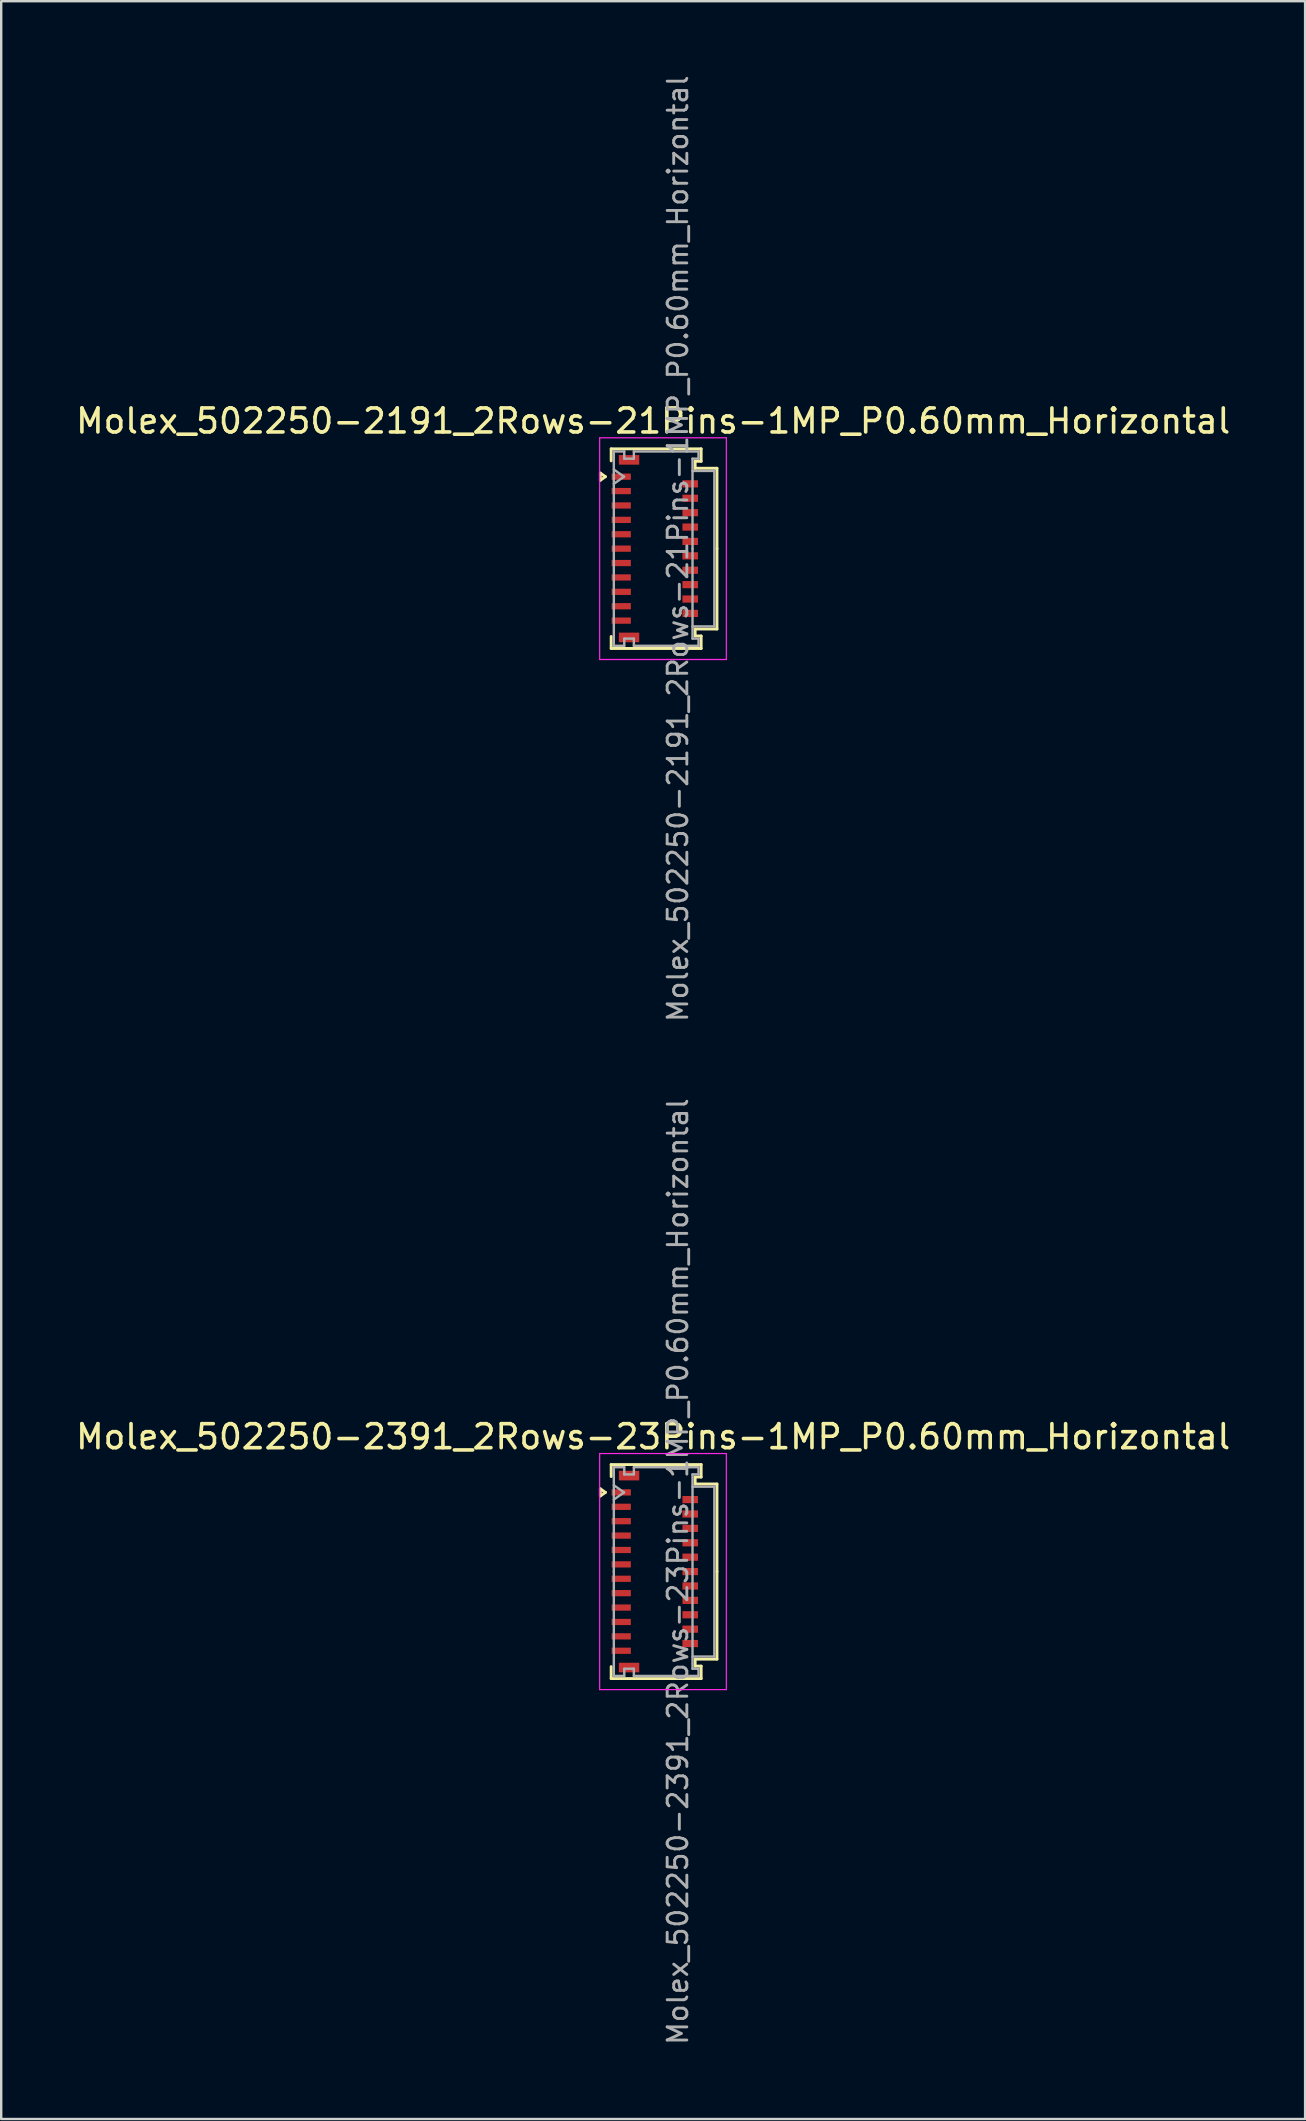
<source format=kicad_pcb>
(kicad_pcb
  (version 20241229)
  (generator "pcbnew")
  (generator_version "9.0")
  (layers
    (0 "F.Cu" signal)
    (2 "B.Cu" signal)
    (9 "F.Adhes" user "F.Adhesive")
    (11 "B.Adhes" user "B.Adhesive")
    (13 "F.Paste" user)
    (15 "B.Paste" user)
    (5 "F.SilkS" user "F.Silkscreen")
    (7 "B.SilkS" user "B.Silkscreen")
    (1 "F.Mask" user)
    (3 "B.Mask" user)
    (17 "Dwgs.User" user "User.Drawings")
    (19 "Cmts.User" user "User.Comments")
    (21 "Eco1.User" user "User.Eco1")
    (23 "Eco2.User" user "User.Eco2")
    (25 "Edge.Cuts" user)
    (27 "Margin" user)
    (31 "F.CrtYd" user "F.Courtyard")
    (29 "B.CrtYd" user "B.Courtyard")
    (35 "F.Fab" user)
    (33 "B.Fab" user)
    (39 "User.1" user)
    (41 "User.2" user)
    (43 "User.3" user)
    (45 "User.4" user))
  (footprint "Molex_502250-2391_2Rows-23Pins-1MP_P0.60mm_Horizontal"
    (layer "F.Cu")
    (at 24.243 62.451)
    (property "Reference" "Molex_502250-2391_2Rows-23Pins-1MP_P0.60mm_Horizontal" (at -0.07 -5.62 0) (layer "F.SilkS") (effects (font (size 1 1) (thickness 0.15))))
    (attr smd)
    (fp_line (start -2.272 -3.45) (end -2.06 -3.3) (stroke (width 0.12) (type solid)) (layer "F.SilkS"))
    (fp_line (start -2.272 -3.15) (end -2.272 -3.45) (stroke (width 0.12) (type solid)) (layer "F.SilkS"))
    (fp_line (start -2.06 -3.3) (end -2.272 -3.15) (stroke (width 0.12) (type solid)) (layer "F.SilkS"))
    (fp_line (start -1.82 -4.46) (end 1.93 -4.46) (stroke (width 0.12) (type solid)) (layer "F.SilkS"))
    (fp_line (start -1.82 -3.96) (end -1.82 -4.46) (stroke (width 0.12) (type solid)) (layer "F.SilkS"))
    (fp_line (start -1.82 3.96) (end -1.82 4.46) (stroke (width 0.12) (type solid)) (layer "F.SilkS"))
    (fp_line (start -1.82 4.46) (end 1.93 4.46) (stroke (width 0.12) (type solid)) (layer "F.SilkS"))
    (fp_line (start 1.68 -3.94) (end 1.68 -3.65) (stroke (width 0.12) (type solid)) (layer "F.SilkS"))
    (fp_line (start 1.68 -3.65) (end 2.59 -3.65) (stroke (width 0.12) (type solid)) (layer "F.SilkS"))
    (fp_line (start 1.68 3.65) (end 2.59 3.65) (stroke (width 0.12) (type solid)) (layer "F.SilkS"))
    (fp_line (start 1.68 3.94) (end 1.68 3.65) (stroke (width 0.12) (type solid)) (layer "F.SilkS"))
    (fp_line (start 1.93 -4.46) (end 1.93 -3.94) (stroke (width 0.12) (type solid)) (layer "F.SilkS"))
    (fp_line (start 1.93 -3.94) (end 1.68 -3.94) (stroke (width 0.12) (type solid)) (layer "F.SilkS"))
    (fp_line (start 1.93 3.94) (end 1.68 3.94) (stroke (width 0.12) (type solid)) (layer "F.SilkS"))
    (fp_line (start 1.93 4.46) (end 1.93 3.94) (stroke (width 0.12) (type solid)) (layer "F.SilkS"))
    (fp_line (start 2.59 -3.65) (end 2.59 0) (stroke (width 0.12) (type solid)) (layer "F.SilkS"))
    (fp_line (start 2.59 3.65) (end 2.59 0) (stroke (width 0.12) (type solid)) (layer "F.SilkS"))
    (fp_line (start -2.3 -4.92) (end -2.3 4.92) (stroke (width 0.05) (type solid)) (layer "F.CrtYd"))
    (fp_line (start -2.3 4.92) (end 2.98 4.92) (stroke (width 0.05) (type solid)) (layer "F.CrtYd"))
    (fp_line (start 2.98 -4.92) (end -2.3 -4.92) (stroke (width 0.05) (type solid)) (layer "F.CrtYd"))
    (fp_line (start 2.98 4.92) (end 2.98 -4.92) (stroke (width 0.05) (type solid)) (layer "F.CrtYd"))
    (fp_line (start -1.71 -4.35) (end -1.275 -4.35) (stroke (width 0.1) (type solid)) (layer "F.Fab"))
    (fp_line (start -1.71 -3.6) (end -1.286 -3.3) (stroke (width 0.1) (type solid)) (layer "F.Fab"))
    (fp_line (start -1.71 0) (end -1.71 -4.35) (stroke (width 0.1) (type solid)) (layer "F.Fab"))
    (fp_line (start -1.71 0) (end -1.71 4.35) (stroke (width 0.1) (type solid)) (layer "F.Fab"))
    (fp_line (start -1.71 4.35) (end -1.275 4.35) (stroke (width 0.1) (type solid)) (layer "F.Fab"))
    (fp_line (start -1.286 -3.3) (end -1.71 -3) (stroke (width 0.1) (type solid)) (layer "F.Fab"))
    (fp_line (start -1.275 -4.35) (end -1.275 -4.05) (stroke (width 0.1) (type solid)) (layer "F.Fab"))
    (fp_line (start -1.275 -4.05) (end -0.875 -4.05) (stroke (width 0.1) (type solid)) (layer "F.Fab"))
    (fp_line (start -1.275 4.05) (end -0.875 4.05) (stroke (width 0.1) (type solid)) (layer "F.Fab"))
    (fp_line (start -1.275 4.35) (end -1.275 4.05) (stroke (width 0.1) (type solid)) (layer "F.Fab"))
    (fp_line (start -0.875 -4.35) (end 1.82 -4.35) (stroke (width 0.1) (type solid)) (layer "F.Fab"))
    (fp_line (start -0.875 -4.05) (end -0.875 -4.35) (stroke (width 0.1) (type solid)) (layer "F.Fab"))
    (fp_line (start -0.875 4.05) (end -0.875 4.35) (stroke (width 0.1) (type solid)) (layer "F.Fab"))
    (fp_line (start -0.875 4.35) (end 1.82 4.35) (stroke (width 0.1) (type solid)) (layer "F.Fab"))
    (fp_line (start 1.57 -4.05) (end 1.57 0) (stroke (width 0.1) (type solid)) (layer "F.Fab"))
    (fp_line (start 1.57 -3.54) (end 2.48 -3.54) (stroke (width 0.1) (type solid)) (layer "F.Fab"))
    (fp_line (start 1.57 4.05) (end 1.57 0) (stroke (width 0.1) (type solid)) (layer "F.Fab"))
    (fp_line (start 1.82 -4.35) (end 1.82 -4.05) (stroke (width 0.1) (type solid)) (layer "F.Fab"))
    (fp_line (start 1.82 -4.05) (end 1.57 -4.05) (stroke (width 0.1) (type solid)) (layer "F.Fab"))
    (fp_line (start 1.82 4.05) (end 1.57 4.05) (stroke (width 0.1) (type solid)) (layer "F.Fab"))
    (fp_line (start 1.82 4.35) (end 1.82 4.05) (stroke (width 0.1) (type solid)) (layer "F.Fab"))
    (fp_line (start 2.48 -3.54) (end 2.48 3.54) (stroke (width 0.1) (type solid)) (layer "F.Fab"))
    (fp_line (start 2.48 3.54) (end 1.57 3.54) (stroke (width 0.1) (type solid)) (layer "F.Fab"))
    (fp_text user "${REFERENCE}" (at 0.96 0 90) (layer "F.Fab") (effects (font (size 0.82 0.82) (thickness 0.12))))
    (pad "1" smd rect (at -1.4 -3.3) (size 0.8 0.26) (layers "F.Cu" "F.Mask" "F.Paste"))
    (pad "2" smd rect (at 1.475 -3) (size 0.65 0.3) (layers "F.Cu" "F.Mask" "F.Paste"))
    (pad "3" smd rect (at -1.4 -2.7) (size 0.8 0.26) (layers "F.Cu" "F.Mask" "F.Paste"))
    (pad "4" smd rect (at 1.475 -2.4) (size 0.65 0.3) (layers "F.Cu" "F.Mask" "F.Paste"))
    (pad "5" smd rect (at -1.4 -2.1) (size 0.8 0.26) (layers "F.Cu" "F.Mask" "F.Paste"))
    (pad "6" smd rect (at 1.475 -1.8) (size 0.65 0.3) (layers "F.Cu" "F.Mask" "F.Paste"))
    (pad "7" smd rect (at -1.4 -1.5) (size 0.8 0.26) (layers "F.Cu" "F.Mask" "F.Paste"))
    (pad "8" smd rect (at 1.475 -1.2) (size 0.65 0.3) (layers "F.Cu" "F.Mask" "F.Paste"))
    (pad "9" smd rect (at -1.4 -0.9) (size 0.8 0.26) (layers "F.Cu" "F.Mask" "F.Paste"))
    (pad "10" smd rect (at 1.475 -0.6) (size 0.65 0.3) (layers "F.Cu" "F.Mask" "F.Paste"))
    (pad "11" smd rect (at -1.4 -0.3) (size 0.8 0.26) (layers "F.Cu" "F.Mask" "F.Paste"))
    (pad "12" smd rect (at 1.475 0) (size 0.65 0.3) (layers "F.Cu" "F.Mask" "F.Paste"))
    (pad "13" smd rect (at -1.4 0.3) (size 0.8 0.26) (layers "F.Cu" "F.Mask" "F.Paste"))
    (pad "14" smd rect (at 1.475 0.6) (size 0.65 0.3) (layers "F.Cu" "F.Mask" "F.Paste"))
    (pad "15" smd rect (at -1.4 0.9) (size 0.8 0.26) (layers "F.Cu" "F.Mask" "F.Paste"))
    (pad "16" smd rect (at 1.475 1.2) (size 0.65 0.3) (layers "F.Cu" "F.Mask" "F.Paste"))
    (pad "17" smd rect (at -1.4 1.5) (size 0.8 0.26) (layers "F.Cu" "F.Mask" "F.Paste"))
    (pad "18" smd rect (at 1.475 1.8) (size 0.65 0.3) (layers "F.Cu" "F.Mask" "F.Paste"))
    (pad "19" smd rect (at -1.4 2.1) (size 0.8 0.26) (layers "F.Cu" "F.Mask" "F.Paste"))
    (pad "20" smd rect (at 1.475 2.4) (size 0.65 0.3) (layers "F.Cu" "F.Mask" "F.Paste"))
    (pad "21" smd rect (at -1.4 2.7) (size 0.8 0.26) (layers "F.Cu" "F.Mask" "F.Paste"))
    (pad "22" smd rect (at 1.475 3) (size 0.65 0.3) (layers "F.Cu" "F.Mask" "F.Paste"))
    (pad "23" smd rect (at -1.4 3.3) (size 0.8 0.26) (layers "F.Cu" "F.Mask" "F.Paste"))
    (pad "MP" smd rect (at -1.075 -4) (size 0.85 0.4) (layers "F.Cu" "F.Mask" "F.Paste"))
    (pad "MP" smd rect (at -1.075 4) (size 0.85 0.4) (layers "F.Cu" "F.Mask" "F.Paste")))
  (footprint "Molex_502250-2191_2Rows-21Pins-1MP_P0.60mm_Horizontal"
    (layer "F.Cu")
    (at 24.243 19.817)
    (property "Reference" "Molex_502250-2191_2Rows-21Pins-1MP_P0.60mm_Horizontal" (at -0.07 -5.32 0) (layer "F.SilkS") (effects (font (size 1 1) (thickness 0.15))))
    (attr smd)
    (fp_line (start -2.272 -3.15) (end -2.06 -3) (stroke (width 0.12) (type solid)) (layer "F.SilkS"))
    (fp_line (start -2.272 -2.85) (end -2.272 -3.15) (stroke (width 0.12) (type solid)) (layer "F.SilkS"))
    (fp_line (start -2.06 -3) (end -2.272 -2.85) (stroke (width 0.12) (type solid)) (layer "F.SilkS"))
    (fp_line (start -1.82 -4.16) (end 1.93 -4.16) (stroke (width 0.12) (type solid)) (layer "F.SilkS"))
    (fp_line (start -1.82 -3.66) (end -1.82 -4.16) (stroke (width 0.12) (type solid)) (layer "F.SilkS"))
    (fp_line (start -1.82 3.66) (end -1.82 4.16) (stroke (width 0.12) (type solid)) (layer "F.SilkS"))
    (fp_line (start -1.82 4.16) (end 1.93 4.16) (stroke (width 0.12) (type solid)) (layer "F.SilkS"))
    (fp_line (start 1.68 -3.64) (end 1.68 -3.35) (stroke (width 0.12) (type solid)) (layer "F.SilkS"))
    (fp_line (start 1.68 -3.35) (end 2.59 -3.35) (stroke (width 0.12) (type solid)) (layer "F.SilkS"))
    (fp_line (start 1.68 3.35) (end 2.59 3.35) (stroke (width 0.12) (type solid)) (layer "F.SilkS"))
    (fp_line (start 1.68 3.64) (end 1.68 3.35) (stroke (width 0.12) (type solid)) (layer "F.SilkS"))
    (fp_line (start 1.93 -4.16) (end 1.93 -3.64) (stroke (width 0.12) (type solid)) (layer "F.SilkS"))
    (fp_line (start 1.93 -3.64) (end 1.68 -3.64) (stroke (width 0.12) (type solid)) (layer "F.SilkS"))
    (fp_line (start 1.93 3.64) (end 1.68 3.64) (stroke (width 0.12) (type solid)) (layer "F.SilkS"))
    (fp_line (start 1.93 4.16) (end 1.93 3.64) (stroke (width 0.12) (type solid)) (layer "F.SilkS"))
    (fp_line (start 2.59 -3.35) (end 2.59 0) (stroke (width 0.12) (type solid)) (layer "F.SilkS"))
    (fp_line (start 2.59 3.35) (end 2.59 0) (stroke (width 0.12) (type solid)) (layer "F.SilkS"))
    (fp_line (start -2.3 -4.62) (end -2.3 4.62) (stroke (width 0.05) (type solid)) (layer "F.CrtYd"))
    (fp_line (start -2.3 4.62) (end 2.98 4.62) (stroke (width 0.05) (type solid)) (layer "F.CrtYd"))
    (fp_line (start 2.98 -4.62) (end -2.3 -4.62) (stroke (width 0.05) (type solid)) (layer "F.CrtYd"))
    (fp_line (start 2.98 4.62) (end 2.98 -4.62) (stroke (width 0.05) (type solid)) (layer "F.CrtYd"))
    (fp_line (start -1.71 -4.05) (end -1.275 -4.05) (stroke (width 0.1) (type solid)) (layer "F.Fab"))
    (fp_line (start -1.71 -3.3) (end -1.286 -3) (stroke (width 0.1) (type solid)) (layer "F.Fab"))
    (fp_line (start -1.71 0) (end -1.71 -4.05) (stroke (width 0.1) (type solid)) (layer "F.Fab"))
    (fp_line (start -1.71 0) (end -1.71 4.05) (stroke (width 0.1) (type solid)) (layer "F.Fab"))
    (fp_line (start -1.71 4.05) (end -1.275 4.05) (stroke (width 0.1) (type solid)) (layer "F.Fab"))
    (fp_line (start -1.286 -3) (end -1.71 -2.7) (stroke (width 0.1) (type solid)) (layer "F.Fab"))
    (fp_line (start -1.275 -4.05) (end -1.275 -3.75) (stroke (width 0.1) (type solid)) (layer "F.Fab"))
    (fp_line (start -1.275 -3.75) (end -0.875 -3.75) (stroke (width 0.1) (type solid)) (layer "F.Fab"))
    (fp_line (start -1.275 3.75) (end -0.875 3.75) (stroke (width 0.1) (type solid)) (layer "F.Fab"))
    (fp_line (start -1.275 4.05) (end -1.275 3.75) (stroke (width 0.1) (type solid)) (layer "F.Fab"))
    (fp_line (start -0.875 -4.05) (end 1.82 -4.05) (stroke (width 0.1) (type solid)) (layer "F.Fab"))
    (fp_line (start -0.875 -3.75) (end -0.875 -4.05) (stroke (width 0.1) (type solid)) (layer "F.Fab"))
    (fp_line (start -0.875 3.75) (end -0.875 4.05) (stroke (width 0.1) (type solid)) (layer "F.Fab"))
    (fp_line (start -0.875 4.05) (end 1.82 4.05) (stroke (width 0.1) (type solid)) (layer "F.Fab"))
    (fp_line (start 1.57 -3.75) (end 1.57 0) (stroke (width 0.1) (type solid)) (layer "F.Fab"))
    (fp_line (start 1.57 -3.24) (end 2.48 -3.24) (stroke (width 0.1) (type solid)) (layer "F.Fab"))
    (fp_line (start 1.57 3.75) (end 1.57 0) (stroke (width 0.1) (type solid)) (layer "F.Fab"))
    (fp_line (start 1.82 -4.05) (end 1.82 -3.75) (stroke (width 0.1) (type solid)) (layer "F.Fab"))
    (fp_line (start 1.82 -3.75) (end 1.57 -3.75) (stroke (width 0.1) (type solid)) (layer "F.Fab"))
    (fp_line (start 1.82 3.75) (end 1.57 3.75) (stroke (width 0.1) (type solid)) (layer "F.Fab"))
    (fp_line (start 1.82 4.05) (end 1.82 3.75) (stroke (width 0.1) (type solid)) (layer "F.Fab"))
    (fp_line (start 2.48 -3.24) (end 2.48 3.24) (stroke (width 0.1) (type solid)) (layer "F.Fab"))
    (fp_line (start 2.48 3.24) (end 1.57 3.24) (stroke (width 0.1) (type solid)) (layer "F.Fab"))
    (fp_text user "${REFERENCE}" (at 0.96 0 90) (layer "F.Fab") (effects (font (size 0.82 0.82) (thickness 0.12))))
    (pad "1" smd rect (at -1.4 -3) (size 0.8 0.26) (layers "F.Cu" "F.Mask" "F.Paste"))
    (pad "2" smd rect (at 1.475 -2.7) (size 0.65 0.3) (layers "F.Cu" "F.Mask" "F.Paste"))
    (pad "3" smd rect (at -1.4 -2.4) (size 0.8 0.26) (layers "F.Cu" "F.Mask" "F.Paste"))
    (pad "4" smd rect (at 1.475 -2.1) (size 0.65 0.3) (layers "F.Cu" "F.Mask" "F.Paste"))
    (pad "5" smd rect (at -1.4 -1.8) (size 0.8 0.26) (layers "F.Cu" "F.Mask" "F.Paste"))
    (pad "6" smd rect (at 1.475 -1.5) (size 0.65 0.3) (layers "F.Cu" "F.Mask" "F.Paste"))
    (pad "7" smd rect (at -1.4 -1.2) (size 0.8 0.26) (layers "F.Cu" "F.Mask" "F.Paste"))
    (pad "8" smd rect (at 1.475 -0.9) (size 0.65 0.3) (layers "F.Cu" "F.Mask" "F.Paste"))
    (pad "9" smd rect (at -1.4 -0.6) (size 0.8 0.26) (layers "F.Cu" "F.Mask" "F.Paste"))
    (pad "10" smd rect (at 1.475 -0.3) (size 0.65 0.3) (layers "F.Cu" "F.Mask" "F.Paste"))
    (pad "11" smd rect (at -1.4 0) (size 0.8 0.26) (layers "F.Cu" "F.Mask" "F.Paste"))
    (pad "12" smd rect (at 1.475 0.3) (size 0.65 0.3) (layers "F.Cu" "F.Mask" "F.Paste"))
    (pad "13" smd rect (at -1.4 0.6) (size 0.8 0.26) (layers "F.Cu" "F.Mask" "F.Paste"))
    (pad "14" smd rect (at 1.475 0.9) (size 0.65 0.3) (layers "F.Cu" "F.Mask" "F.Paste"))
    (pad "15" smd rect (at -1.4 1.2) (size 0.8 0.26) (layers "F.Cu" "F.Mask" "F.Paste"))
    (pad "16" smd rect (at 1.475 1.5) (size 0.65 0.3) (layers "F.Cu" "F.Mask" "F.Paste"))
    (pad "17" smd rect (at -1.4 1.8) (size 0.8 0.26) (layers "F.Cu" "F.Mask" "F.Paste"))
    (pad "18" smd rect (at 1.475 2.1) (size 0.65 0.3) (layers "F.Cu" "F.Mask" "F.Paste"))
    (pad "19" smd rect (at -1.4 2.4) (size 0.8 0.26) (layers "F.Cu" "F.Mask" "F.Paste"))
    (pad "20" smd rect (at 1.475 2.7) (size 0.65 0.3) (layers "F.Cu" "F.Mask" "F.Paste"))
    (pad "21" smd rect (at -1.4 3) (size 0.8 0.26) (layers "F.Cu" "F.Mask" "F.Paste"))
    (pad "MP" smd rect (at -1.075 -3.7) (size 0.85 0.4) (layers "F.Cu" "F.Mask" "F.Paste"))
    (pad "MP" smd rect (at -1.075 3.7) (size 0.85 0.4) (layers "F.Cu" "F.Mask" "F.Paste")))
  (gr_rect
    (start -3 -3)
    (end 51.345 85.268)
    (stroke (width 0.1) (type default))
    (fill no)
    (layer "Edge.Cuts")))
</source>
